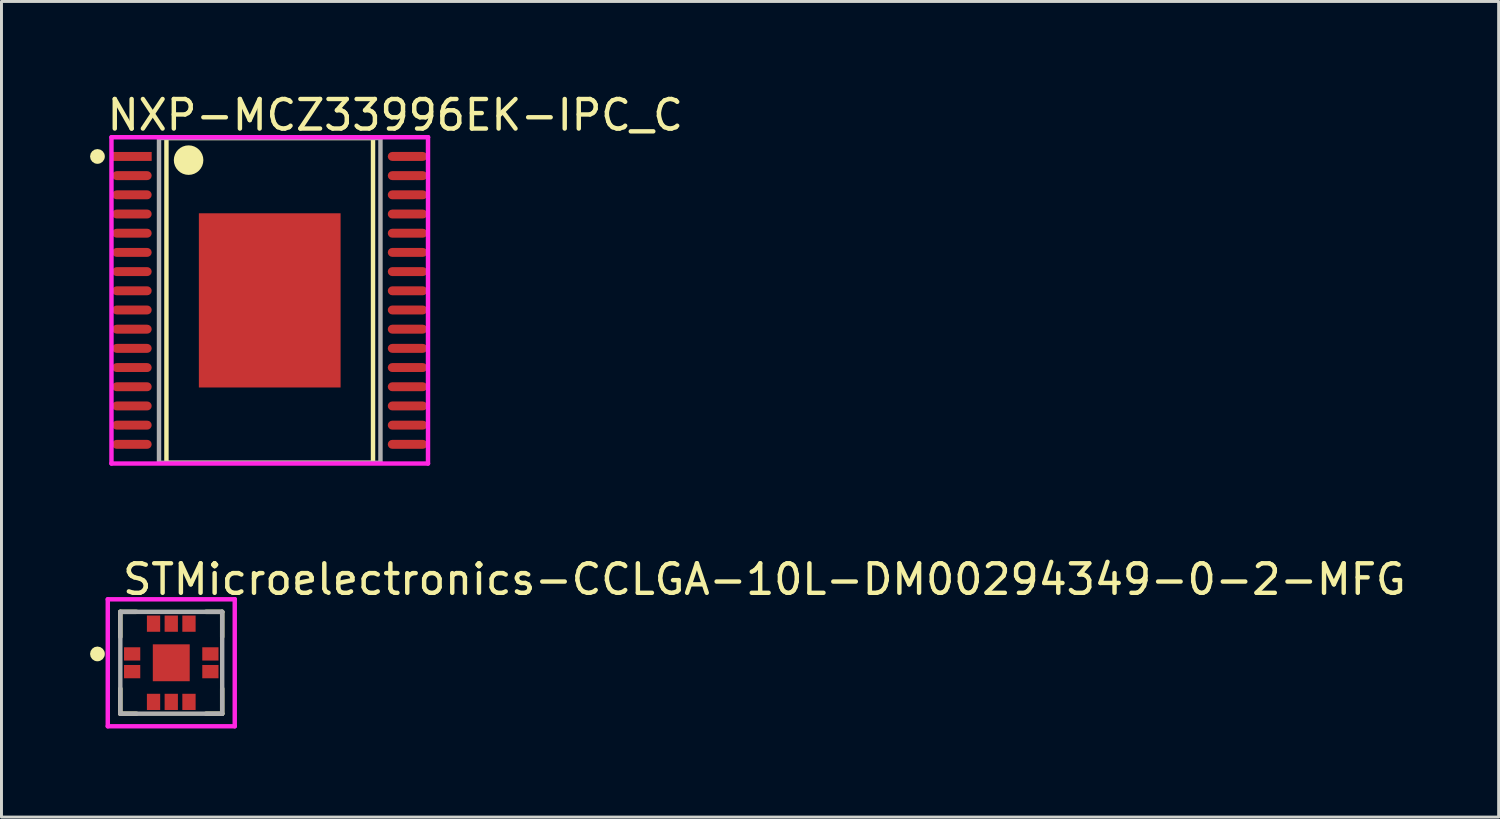
<source format=kicad_pcb>
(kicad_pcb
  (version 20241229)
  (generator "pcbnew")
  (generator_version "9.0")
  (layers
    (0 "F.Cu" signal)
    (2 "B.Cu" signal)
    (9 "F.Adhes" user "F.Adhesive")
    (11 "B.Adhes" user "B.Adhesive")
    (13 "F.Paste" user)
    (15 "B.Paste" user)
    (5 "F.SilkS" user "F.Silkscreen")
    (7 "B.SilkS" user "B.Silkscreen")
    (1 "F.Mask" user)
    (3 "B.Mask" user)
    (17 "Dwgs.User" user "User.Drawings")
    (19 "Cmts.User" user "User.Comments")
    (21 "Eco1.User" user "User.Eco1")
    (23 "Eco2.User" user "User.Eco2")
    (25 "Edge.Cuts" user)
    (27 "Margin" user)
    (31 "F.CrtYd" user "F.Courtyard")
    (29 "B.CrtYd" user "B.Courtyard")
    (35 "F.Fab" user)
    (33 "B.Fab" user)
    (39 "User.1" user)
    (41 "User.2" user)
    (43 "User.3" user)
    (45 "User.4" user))
  (footprint "STMicroelectronics-CCLGA-10L-DM00294349-0-2-MFG"
    (layer "F.Cu")
    (at 2.75 19.396)
    (property "Reference" "STMicroelectronics-CCLGA-10L-DM00294349-0-2-MFG" (at -1.725 -2.825 0) (layer "F.SilkS") (effects (font (size 1 1) (thickness 0.15)) (justify left)))
    (attr through_hole)
    (fp_line (start -1.725 -1.725) (end -1.175 -1.725) (stroke (width 0.15) (type solid)) (layer "F.SilkS"))
    (fp_line (start -1.725 -0.875) (end -1.725 -1.725) (stroke (width 0.15) (type solid)) (layer "F.SilkS"))
    (fp_line (start -1.725 1.725) (end -1.725 0.875) (stroke (width 0.15) (type solid)) (layer "F.SilkS"))
    (fp_line (start -1.725 1.725) (end -1.175 1.725) (stroke (width 0.15) (type solid)) (layer "F.SilkS"))
    (fp_line (start 1.175 -1.725) (end 1.725 -1.725) (stroke (width 0.15) (type solid)) (layer "F.SilkS"))
    (fp_line (start 1.175 1.725) (end 1.725 1.725) (stroke (width 0.15) (type solid)) (layer "F.SilkS"))
    (fp_line (start 1.725 -0.875) (end 1.725 -1.725) (stroke (width 0.15) (type solid)) (layer "F.SilkS"))
    (fp_line (start 1.725 1.725) (end 1.725 0.875) (stroke (width 0.15) (type solid)) (layer "F.SilkS"))
    (fp_circle (center -2.5 -0.3) (end -2.375 -0.3) (stroke (width 0.25) (type solid)) (fill no) (layer "F.SilkS"))
    (fp_line (start -2.15 -2.15) (end -2.15 2.15) (stroke (width 0.15) (type solid)) (layer "F.CrtYd"))
    (fp_line (start -2.15 2.15) (end 2.15 2.15) (stroke (width 0.15) (type solid)) (layer "F.CrtYd"))
    (fp_line (start 2.15 -2.15) (end -2.15 -2.15) (stroke (width 0.15) (type solid)) (layer "F.CrtYd"))
    (fp_line (start 2.15 -2.15) (end 2.15 -2.15) (stroke (width 0.15) (type solid)) (layer "F.CrtYd"))
    (fp_line (start 2.15 2.15) (end 2.15 -2.15) (stroke (width 0.15) (type solid)) (layer "F.CrtYd"))
    (fp_line (start -1.725 -1.725) (end 1.725 -1.725) (stroke (width 0.15) (type solid)) (layer "F.Fab"))
    (fp_line (start -1.725 1.725) (end -1.725 -1.725) (stroke (width 0.15) (type solid)) (layer "F.Fab"))
    (fp_line (start 1.725 -1.725) (end 1.725 1.725) (stroke (width 0.15) (type solid)) (layer "F.Fab"))
    (fp_line (start 1.725 1.725) (end -1.725 1.725) (stroke (width 0.15) (type solid)) (layer "F.Fab"))
    (pad "1" smd rect (at -1.325 -0.3) (size 0.55 0.45) (layers "F.Cu" "F.Mask" "F.Paste"))
    (pad "2" smd rect (at -1.325 0.3) (size 0.55 0.45) (layers "F.Cu" "F.Mask" "F.Paste"))
    (pad "3" smd rect (at -0.6 1.325 90) (size 0.55 0.45) (layers "F.Cu" "F.Mask" "F.Paste"))
    (pad "4" smd rect (at 0 1.325 90) (size 0.55 0.45) (layers "F.Cu" "F.Mask" "F.Paste"))
    (pad "5" smd rect (at 0.6 1.325 90) (size 0.55 0.45) (layers "F.Cu" "F.Mask" "F.Paste"))
    (pad "6" smd rect (at 1.325 0.3) (size 0.55 0.45) (layers "F.Cu" "F.Mask" "F.Paste"))
    (pad "7" smd rect (at 1.325 -0.3) (size 0.55 0.45) (layers "F.Cu" "F.Mask" "F.Paste"))
    (pad "8" smd rect (at 0.6 -1.325 90) (size 0.55 0.45) (layers "F.Cu" "F.Mask" "F.Paste"))
    (pad "9" smd rect (at 0 -1.325 90) (size 0.55 0.45) (layers "F.Cu" "F.Mask" "F.Paste"))
    (pad "10" smd rect (at -0.6 -1.325 90) (size 0.55 0.45) (layers "F.Cu" "F.Mask" "F.Paste"))
    (pad "11" smd rect (at 0 0) (size 1.25 1.25) (layers "F.Cu" "F.Mask" "F.Paste")))
  (footprint "NXP-MCZ33996EK-IPC_C"
    (layer "F.Cu")
    (at 6.085 7.123)
    (property "Reference" "NXP-MCZ33996EK-IPC_C" (at -5.585 -6.275 0) (layer "F.SilkS") (effects (font (size 1 1) (thickness 0.15)) (justify left)))
    (attr through_hole)
    (fp_line (start -3.498 -5.5) (end 3.498 -5.5) (stroke (width 0.15) (type solid)) (layer "F.SilkS"))
    (fp_line (start -3.498 5.5) (end -3.498 -5.5) (stroke (width 0.15) (type solid)) (layer "F.SilkS"))
    (fp_line (start 3.498 -5.5) (end 3.498 5.5) (stroke (width 0.15) (type solid)) (layer "F.SilkS"))
    (fp_line (start 3.498 5.5) (end -3.498 5.5) (stroke (width 0.15) (type solid)) (layer "F.SilkS"))
    (fp_circle (center -5.835 -4.875) (end -5.71 -4.875) (stroke (width 0.25) (type solid)) (fill no) (layer "F.SilkS"))
    (fp_circle (center -2.748 -4.75) (end -2.498 -4.75) (stroke (width 0.5) (type solid)) (fill no) (layer "F.SilkS"))
    (fp_poly (pts (xy -1.753 -2.303) (xy -0.323 -2.303) (xy -0.323 -0.323) (xy -1.753 -0.323)) (stroke (width 0) (type solid)) (fill yes) (layer "F.Paste"))
    (fp_poly (pts (xy -1.753 0.323) (xy -0.323 0.323) (xy -0.323 2.303) (xy -1.753 2.303)) (stroke (width 0) (type solid)) (fill yes) (layer "F.Paste"))
    (fp_poly (pts (xy 0.323 -2.303) (xy 1.753 -2.303) (xy 1.753 -0.323) (xy 0.323 -0.323)) (stroke (width 0) (type solid)) (fill yes) (layer "F.Paste"))
    (fp_poly (pts (xy 0.323 0.323) (xy 1.753 0.323) (xy 1.753 2.303) (xy 0.323 2.303)) (stroke (width 0) (type solid)) (fill yes) (layer "F.Paste"))
    (fp_line (start -5.36 -5.525) (end -5.36 5.525) (stroke (width 0.15) (type solid)) (layer "F.CrtYd"))
    (fp_line (start -5.36 5.525) (end 5.36 5.525) (stroke (width 0.15) (type solid)) (layer "F.CrtYd"))
    (fp_line (start 5.36 -5.525) (end -5.36 -5.525) (stroke (width 0.15) (type solid)) (layer "F.CrtYd"))
    (fp_line (start 5.36 -5.525) (end 5.36 -5.525) (stroke (width 0.15) (type solid)) (layer "F.CrtYd"))
    (fp_line (start 5.36 5.525) (end 5.36 -5.525) (stroke (width 0.15) (type solid)) (layer "F.CrtYd"))
    (fp_line (start -3.75 -5.5) (end 3.75 -5.5) (stroke (width 0.15) (type solid)) (layer "F.Fab"))
    (fp_line (start -3.75 5.5) (end -3.75 -5.5) (stroke (width 0.15) (type solid)) (layer "F.Fab"))
    (fp_line (start 3.75 -5.5) (end 3.75 5.5) (stroke (width 0.15) (type solid)) (layer "F.Fab"))
    (fp_line (start 3.75 5.5) (end -3.75 5.5) (stroke (width 0.15) (type solid)) (layer "F.Fab"))
    (pad "1" smd rect (at -4.667 -4.875) (size 1.338 0.303) (layers "F.Cu" "F.Mask" "F.Paste"))
    (pad "2" smd roundrect (at -4.667 -4.225) (size 1.338 0.303) (layers "F.Cu" "F.Mask" "F.Paste") (roundrect_rratio 0.5))
    (pad "3" smd roundrect (at -4.667 -3.575) (size 1.338 0.303) (layers "F.Cu" "F.Mask" "F.Paste") (roundrect_rratio 0.5))
    (pad "4" smd roundrect (at -4.667 -2.925) (size 1.338 0.303) (layers "F.Cu" "F.Mask" "F.Paste") (roundrect_rratio 0.5))
    (pad "5" smd roundrect (at -4.667 -2.275) (size 1.338 0.303) (layers "F.Cu" "F.Mask" "F.Paste") (roundrect_rratio 0.5))
    (pad "6" smd roundrect (at -4.667 -1.625) (size 1.338 0.303) (layers "F.Cu" "F.Mask" "F.Paste") (roundrect_rratio 0.5))
    (pad "7" smd roundrect (at -4.667 -0.975) (size 1.338 0.303) (layers "F.Cu" "F.Mask" "F.Paste") (roundrect_rratio 0.5))
    (pad "8" smd roundrect (at -4.667 -0.325) (size 1.338 0.303) (layers "F.Cu" "F.Mask" "F.Paste") (roundrect_rratio 0.5))
    (pad "9" smd roundrect (at -4.667 0.325) (size 1.338 0.303) (layers "F.Cu" "F.Mask" "F.Paste") (roundrect_rratio 0.5))
    (pad "10" smd roundrect (at -4.667 0.975) (size 1.338 0.303) (layers "F.Cu" "F.Mask" "F.Paste") (roundrect_rratio 0.5))
    (pad "11" smd roundrect (at -4.667 1.625) (size 1.338 0.303) (layers "F.Cu" "F.Mask" "F.Paste") (roundrect_rratio 0.5))
    (pad "12" smd roundrect (at -4.667 2.275) (size 1.338 0.303) (layers "F.Cu" "F.Mask" "F.Paste") (roundrect_rratio 0.5))
    (pad "13" smd roundrect (at -4.667 2.925) (size 1.338 0.303) (layers "F.Cu" "F.Mask" "F.Paste") (roundrect_rratio 0.5))
    (pad "14" smd roundrect (at -4.667 3.575) (size 1.338 0.303) (layers "F.Cu" "F.Mask" "F.Paste") (roundrect_rratio 0.5))
    (pad "15" smd roundrect (at -4.667 4.225) (size 1.338 0.303) (layers "F.Cu" "F.Mask" "F.Paste") (roundrect_rratio 0.5))
    (pad "16" smd roundrect (at -4.667 4.875) (size 1.338 0.303) (layers "F.Cu" "F.Mask" "F.Paste") (roundrect_rratio 0.5))
    (pad "17" smd roundrect (at 4.667 4.875) (size 1.338 0.303) (layers "F.Cu" "F.Mask" "F.Paste") (roundrect_rratio 0.5))
    (pad "18" smd roundrect (at 4.667 4.225) (size 1.338 0.303) (layers "F.Cu" "F.Mask" "F.Paste") (roundrect_rratio 0.5))
    (pad "19" smd roundrect (at 4.667 3.575) (size 1.338 0.303) (layers "F.Cu" "F.Mask" "F.Paste") (roundrect_rratio 0.5))
    (pad "20" smd roundrect (at 4.667 2.925) (size 1.338 0.303) (layers "F.Cu" "F.Mask" "F.Paste") (roundrect_rratio 0.5))
    (pad "21" smd roundrect (at 4.667 2.275) (size 1.338 0.303) (layers "F.Cu" "F.Mask" "F.Paste") (roundrect_rratio 0.5))
    (pad "22" smd roundrect (at 4.667 1.625) (size 1.338 0.303) (layers "F.Cu" "F.Mask" "F.Paste") (roundrect_rratio 0.5))
    (pad "23" smd roundrect (at 4.667 0.975) (size 1.338 0.303) (layers "F.Cu" "F.Mask" "F.Paste") (roundrect_rratio 0.5))
    (pad "24" smd roundrect (at 4.667 0.325) (size 1.338 0.303) (layers "F.Cu" "F.Mask" "F.Paste") (roundrect_rratio 0.5))
    (pad "25" smd roundrect (at 4.667 -0.325) (size 1.338 0.303) (layers "F.Cu" "F.Mask" "F.Paste") (roundrect_rratio 0.5))
    (pad "26" smd roundrect (at 4.667 -0.975) (size 1.338 0.303) (layers "F.Cu" "F.Mask" "F.Paste") (roundrect_rratio 0.5))
    (pad "27" smd roundrect (at 4.667 -1.625) (size 1.338 0.303) (layers "F.Cu" "F.Mask" "F.Paste") (roundrect_rratio 0.5))
    (pad "28" smd roundrect (at 4.667 -2.275) (size 1.338 0.303) (layers "F.Cu" "F.Mask" "F.Paste") (roundrect_rratio 0.5))
    (pad "29" smd roundrect (at 4.667 -2.925) (size 1.338 0.303) (layers "F.Cu" "F.Mask" "F.Paste") (roundrect_rratio 0.5))
    (pad "30" smd roundrect (at 4.667 -3.575) (size 1.338 0.303) (layers "F.Cu" "F.Mask" "F.Paste") (roundrect_rratio 0.5))
    (pad "31" smd roundrect (at 4.667 -4.225) (size 1.338 0.303) (layers "F.Cu" "F.Mask" "F.Paste") (roundrect_rratio 0.5))
    (pad "32" smd roundrect (at 4.667 -4.875) (size 1.338 0.303) (layers "F.Cu" "F.Mask" "F.Paste") (roundrect_rratio 0.5))
    (pad "33" smd rect (at 0 0) (size 4.8 5.9) (layers "F.Cu" "F.Mask")))
  (gr_rect
    (start -3 -3)
    (end 47.704 24.622)
    (stroke (width 0.1) (type default))
    (fill no)
    (layer "Edge.Cuts")))
</source>
